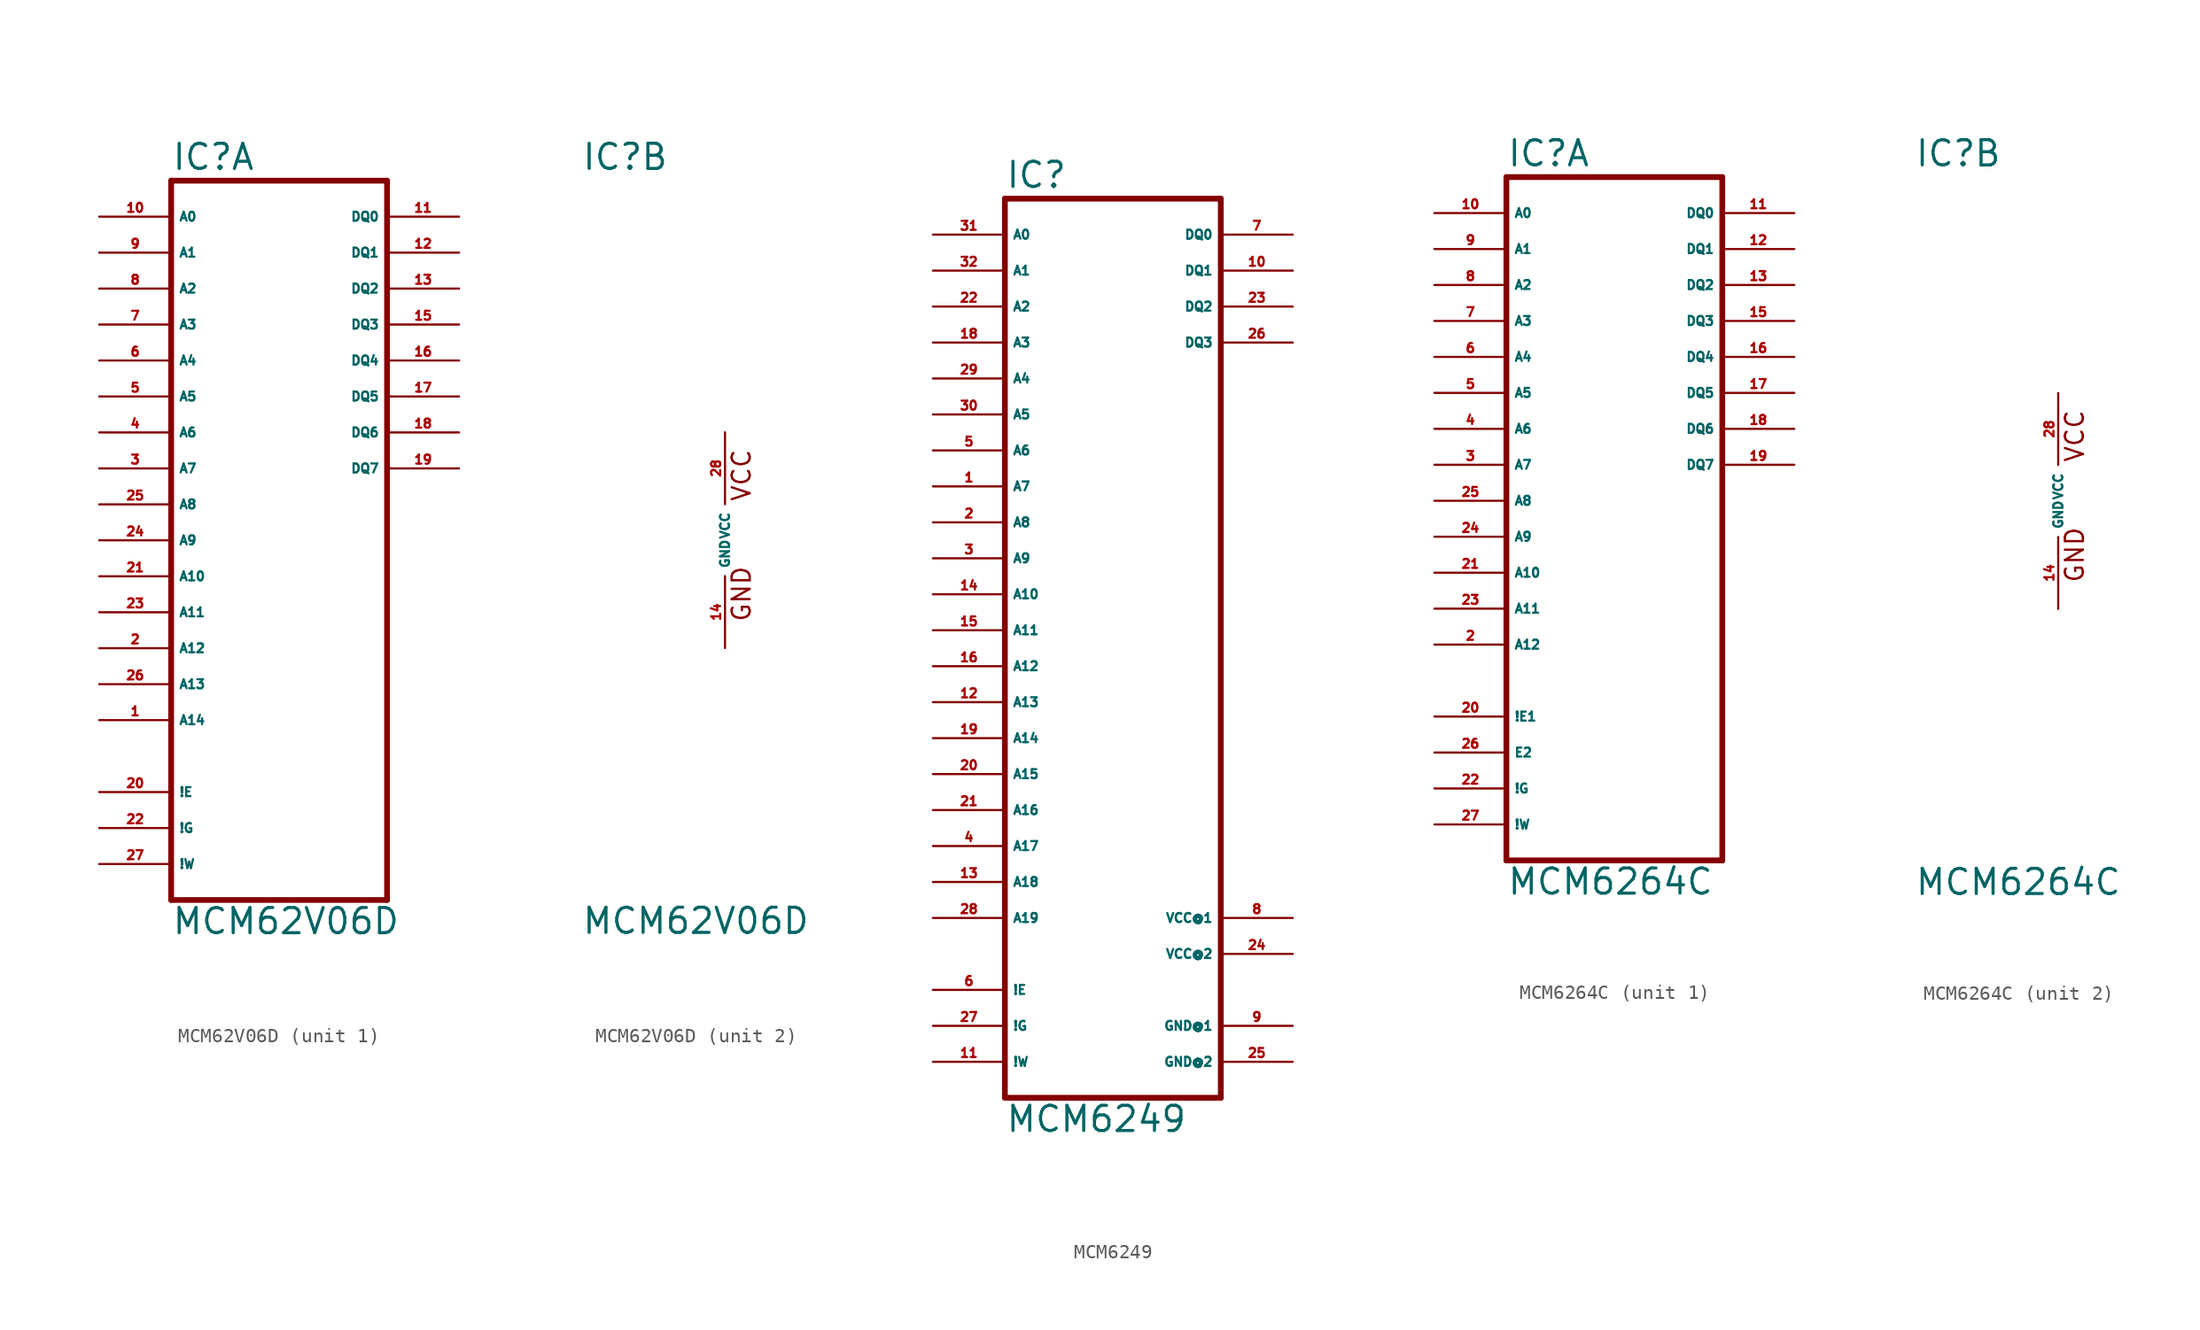
<source format=kicad_sym>
(kicad_symbol_lib
  (version 20220914)
  (generator Eagle2Kicad)
  (symbol "MCM62V06D"
    (property "Reference" "IC"
      (at -10.16 26.035 0)
      (effects (font (size 1.778 1.778) (thickness 0.22)) (justify left bottom)))
    (property "Value" "MCM62V06D"
      (at -10.16 -27.94 0)
      (effects (font (size 1.778 1.778) (thickness 0.22)) (justify left bottom)))
    (symbol "MCM62V06D_1_0"
      (polyline (pts (xy -10.16 25.4) (xy -10.16 -25.4)) (stroke (width 0.406) (type default)) (fill (type none)))
      (polyline (pts (xy 5.08 -25.4) (xy -10.16 -25.4)) (stroke (width 0.406) (type default)) (fill (type none)))
      (polyline (pts (xy 5.08 -25.4) (xy 5.08 25.4)) (stroke (width 0.406) (type default)) (fill (type none)))
      (polyline (pts (xy -10.16 25.4) (xy 5.08 25.4)) (stroke (width 0.406) (type default)) (fill (type none)))
      (pin input line (at -15.24 22.86 0) (length 5.08) (name "A0" (effects (font (size 0.635 0.635) (thickness 0.08)) (justify left bottom))) (number "10" (effects (font (size 0.635 0.635) (thickness 0.08)) (justify left bottom))))
      (pin input line (at -15.24 20.32 0) (length 5.08) (name "A1" (effects (font (size 0.635 0.635) (thickness 0.08)) (justify left bottom))) (number "9" (effects (font (size 0.635 0.635) (thickness 0.08)) (justify left bottom))))
      (pin input line (at -15.24 17.78 0) (length 5.08) (name "A2" (effects (font (size 0.635 0.635) (thickness 0.08)) (justify left bottom))) (number "8" (effects (font (size 0.635 0.635) (thickness 0.08)) (justify left bottom))))
      (pin input line (at -15.24 15.24 0) (length 5.08) (name "A3" (effects (font (size 0.635 0.635) (thickness 0.08)) (justify left bottom))) (number "7" (effects (font (size 0.635 0.635) (thickness 0.08)) (justify left bottom))))
      (pin input line (at -15.24 12.7 0) (length 5.08) (name "A4" (effects (font (size 0.635 0.635) (thickness 0.08)) (justify left bottom))) (number "6" (effects (font (size 0.635 0.635) (thickness 0.08)) (justify left bottom))))
      (pin input line (at -15.24 10.16 0) (length 5.08) (name "A5" (effects (font (size 0.635 0.635) (thickness 0.08)) (justify left bottom))) (number "5" (effects (font (size 0.635 0.635) (thickness 0.08)) (justify left bottom))))
      (pin input line (at -15.24 7.62 0) (length 5.08) (name "A6" (effects (font (size 0.635 0.635) (thickness 0.08)) (justify left bottom))) (number "4" (effects (font (size 0.635 0.635) (thickness 0.08)) (justify left bottom))))
      (pin input line (at -15.24 5.08 0) (length 5.08) (name "A7" (effects (font (size 0.635 0.635) (thickness 0.08)) (justify left bottom))) (number "3" (effects (font (size 0.635 0.635) (thickness 0.08)) (justify left bottom))))
      (pin input line (at -15.24 2.54 0) (length 5.08) (name "A8" (effects (font (size 0.635 0.635) (thickness 0.08)) (justify left bottom))) (number "25" (effects (font (size 0.635 0.635) (thickness 0.08)) (justify left bottom))))
      (pin bidirectional line (at 10.16 22.86 180) (length 5.08) (name "DQ0" (effects (font (size 0.635 0.635) (thickness 0.08)) (justify left bottom))) (number "11" (effects (font (size 0.635 0.635) (thickness 0.08)) (justify left bottom))))
      (pin bidirectional line (at 10.16 20.32 180) (length 5.08) (name "DQ1" (effects (font (size 0.635 0.635) (thickness 0.08)) (justify left bottom))) (number "12" (effects (font (size 0.635 0.635) (thickness 0.08)) (justify left bottom))))
      (pin bidirectional line (at 10.16 17.78 180) (length 5.08) (name "DQ2" (effects (font (size 0.635 0.635) (thickness 0.08)) (justify left bottom))) (number "13" (effects (font (size 0.635 0.635) (thickness 0.08)) (justify left bottom))))
      (pin bidirectional line (at 10.16 15.24 180) (length 5.08) (name "DQ3" (effects (font (size 0.635 0.635) (thickness 0.08)) (justify left bottom))) (number "15" (effects (font (size 0.635 0.635) (thickness 0.08)) (justify left bottom))))
      (pin bidirectional line (at 10.16 12.7 180) (length 5.08) (name "DQ4" (effects (font (size 0.635 0.635) (thickness 0.08)) (justify left bottom))) (number "16" (effects (font (size 0.635 0.635) (thickness 0.08)) (justify left bottom))))
      (pin bidirectional line (at 10.16 10.16 180) (length 5.08) (name "DQ5" (effects (font (size 0.635 0.635) (thickness 0.08)) (justify left bottom))) (number "17" (effects (font (size 0.635 0.635) (thickness 0.08)) (justify left bottom))))
      (pin bidirectional line (at 10.16 7.62 180) (length 5.08) (name "DQ6" (effects (font (size 0.635 0.635) (thickness 0.08)) (justify left bottom))) (number "18" (effects (font (size 0.635 0.635) (thickness 0.08)) (justify left bottom))))
      (pin bidirectional line (at 10.16 5.08 180) (length 5.08) (name "DQ7" (effects (font (size 0.635 0.635) (thickness 0.08)) (justify left bottom))) (number "19" (effects (font (size 0.635 0.635) (thickness 0.08)) (justify left bottom))))
      (pin input line (at -15.24 0 0) (length 5.08) (name "A9" (effects (font (size 0.635 0.635) (thickness 0.08)) (justify left bottom))) (number "24" (effects (font (size 0.635 0.635) (thickness 0.08)) (justify left bottom))))
      (pin input line (at -15.24 -2.54 0) (length 5.08) (name "A10" (effects (font (size 0.635 0.635) (thickness 0.08)) (justify left bottom))) (number "21" (effects (font (size 0.635 0.635) (thickness 0.08)) (justify left bottom))))
      (pin input line (at -15.24 -5.08 0) (length 5.08) (name "A11" (effects (font (size 0.635 0.635) (thickness 0.08)) (justify left bottom))) (number "23" (effects (font (size 0.635 0.635) (thickness 0.08)) (justify left bottom))))
      (pin input line (at -15.24 -7.62 0) (length 5.08) (name "A12" (effects (font (size 0.635 0.635) (thickness 0.08)) (justify left bottom))) (number "2" (effects (font (size 0.635 0.635) (thickness 0.08)) (justify left bottom))))
      (pin input line (at -15.24 -10.16 0) (length 5.08) (name "A13" (effects (font (size 0.635 0.635) (thickness 0.08)) (justify left bottom))) (number "26" (effects (font (size 0.635 0.635) (thickness 0.08)) (justify left bottom))))
      (pin input line (at -15.24 -12.7 0) (length 5.08) (name "A14" (effects (font (size 0.635 0.635) (thickness 0.08)) (justify left bottom))) (number "1" (effects (font (size 0.635 0.635) (thickness 0.08)) (justify left bottom))))
      (pin input line (at -15.24 -17.78 0) (length 5.08) (name "!E" (effects (font (size 0.635 0.635) (thickness 0.08)) (justify left bottom))) (number "20" (effects (font (size 0.635 0.635) (thickness 0.08)) (justify left bottom))))
      (pin input line (at -15.24 -20.32 0) (length 5.08) (name "!G" (effects (font (size 0.635 0.635) (thickness 0.08)) (justify left bottom))) (number "22" (effects (font (size 0.635 0.635) (thickness 0.08)) (justify left bottom))))
      (pin input line (at -15.24 -22.86 0) (length 5.08) (name "!W" (effects (font (size 0.635 0.635) (thickness 0.08)) (justify left bottom))) (number "27" (effects (font (size 0.635 0.635) (thickness 0.08)) (justify left bottom)))))
    (symbol "MCM62V06D_2_0"
      (text "GND" (at 1.905 -5.842 900) (effects (font (size 1.27 1.27) (thickness 0.16)) (justify left bottom)))
      (text "VCC" (at 1.905 2.667 900) (effects (font (size 1.27 1.27) (thickness 0.16)) (justify left bottom)))
      (pin unspecified line (at 0 -7.62 90) (length 5.08) (name "GND" (effects (font (size 0.635 0.635) (thickness 0.08)) (justify left bottom))) (number "14" (effects (font (size 0.635 0.635) (thickness 0.08)) (justify left bottom))))
      (pin unspecified line (at 0 7.62 270) (length 5.08) (name "VCC" (effects (font (size 0.635 0.635) (thickness 0.08)) (justify left bottom))) (number "28" (effects (font (size 0.635 0.635) (thickness 0.08)) (justify left bottom))))))
  (symbol "MCM6249"
    (property "Reference" "IC"
      (at -7.62 28.575 0)
      (effects (font (size 1.778 1.778) (thickness 0.22)) (justify left bottom)))
    (property "Value" "MCM6249"
      (at -7.62 -38.1 0)
      (effects (font (size 1.778 1.778) (thickness 0.22)) (justify left bottom)))
    (polyline
      (pts (xy -7.62 27.94) (xy -7.62 -35.56))
      (stroke (width 0.406) (type default))
      (fill (type none)))
    (polyline
      (pts (xy 7.62 -35.56) (xy -7.62 -35.56))
      (stroke (width 0.406) (type default))
      (fill (type none)))
    (polyline
      (pts (xy 7.62 -35.56) (xy 7.62 27.94))
      (stroke (width 0.406) (type default))
      (fill (type none)))
    (polyline
      (pts (xy -7.62 27.94) (xy 7.62 27.94))
      (stroke (width 0.406) (type default))
      (fill (type none)))
    (pin input line
      (at -12.7 25.4 0)
      (length 5.08)
      (name "A0" (effects (font (size 0.635 0.635) (thickness 0.08)) (justify left bottom)))
      (number "31" (effects (font (size 0.635 0.635) (thickness 0.08)) (justify left bottom))))
    (pin input line
      (at -12.7 22.86 0)
      (length 5.08)
      (name "A1" (effects (font (size 0.635 0.635) (thickness 0.08)) (justify left bottom)))
      (number "32" (effects (font (size 0.635 0.635) (thickness 0.08)) (justify left bottom))))
    (pin input line
      (at -12.7 20.32 0)
      (length 5.08)
      (name "A2" (effects (font (size 0.635 0.635) (thickness 0.08)) (justify left bottom)))
      (number "22" (effects (font (size 0.635 0.635) (thickness 0.08)) (justify left bottom))))
    (pin input line
      (at -12.7 17.78 0)
      (length 5.08)
      (name "A3" (effects (font (size 0.635 0.635) (thickness 0.08)) (justify left bottom)))
      (number "18" (effects (font (size 0.635 0.635) (thickness 0.08)) (justify left bottom))))
    (pin input line
      (at -12.7 15.24 0)
      (length 5.08)
      (name "A4" (effects (font (size 0.635 0.635) (thickness 0.08)) (justify left bottom)))
      (number "29" (effects (font (size 0.635 0.635) (thickness 0.08)) (justify left bottom))))
    (pin input line
      (at -12.7 12.7 0)
      (length 5.08)
      (name "A5" (effects (font (size 0.635 0.635) (thickness 0.08)) (justify left bottom)))
      (number "30" (effects (font (size 0.635 0.635) (thickness 0.08)) (justify left bottom))))
    (pin input line
      (at -12.7 10.16 0)
      (length 5.08)
      (name "A6" (effects (font (size 0.635 0.635) (thickness 0.08)) (justify left bottom)))
      (number "5" (effects (font (size 0.635 0.635) (thickness 0.08)) (justify left bottom))))
    (pin input line
      (at -12.7 7.62 0)
      (length 5.08)
      (name "A7" (effects (font (size 0.635 0.635) (thickness 0.08)) (justify left bottom)))
      (number "1" (effects (font (size 0.635 0.635) (thickness 0.08)) (justify left bottom))))
    (pin input line
      (at -12.7 5.08 0)
      (length 5.08)
      (name "A8" (effects (font (size 0.635 0.635) (thickness 0.08)) (justify left bottom)))
      (number "2" (effects (font (size 0.635 0.635) (thickness 0.08)) (justify left bottom))))
    (pin bidirectional line
      (at 12.7 25.4 180)
      (length 5.08)
      (name "DQ0" (effects (font (size 0.635 0.635) (thickness 0.08)) (justify left bottom)))
      (number "7" (effects (font (size 0.635 0.635) (thickness 0.08)) (justify left bottom))))
    (pin bidirectional line
      (at 12.7 22.86 180)
      (length 5.08)
      (name "DQ1" (effects (font (size 0.635 0.635) (thickness 0.08)) (justify left bottom)))
      (number "10" (effects (font (size 0.635 0.635) (thickness 0.08)) (justify left bottom))))
    (pin bidirectional line
      (at 12.7 20.32 180)
      (length 5.08)
      (name "DQ2" (effects (font (size 0.635 0.635) (thickness 0.08)) (justify left bottom)))
      (number "23" (effects (font (size 0.635 0.635) (thickness 0.08)) (justify left bottom))))
    (pin bidirectional line
      (at 12.7 17.78 180)
      (length 5.08)
      (name "DQ3" (effects (font (size 0.635 0.635) (thickness 0.08)) (justify left bottom)))
      (number "26" (effects (font (size 0.635 0.635) (thickness 0.08)) (justify left bottom))))
    (pin input line
      (at -12.7 -12.7 0)
      (length 5.08)
      (name "A15" (effects (font (size 0.635 0.635) (thickness 0.08)) (justify left bottom)))
      (number "20" (effects (font (size 0.635 0.635) (thickness 0.08)) (justify left bottom))))
    (pin input line
      (at -12.7 2.54 0)
      (length 5.08)
      (name "A9" (effects (font (size 0.635 0.635) (thickness 0.08)) (justify left bottom)))
      (number "3" (effects (font (size 0.635 0.635) (thickness 0.08)) (justify left bottom))))
    (pin input line
      (at -12.7 0 0)
      (length 5.08)
      (name "A10" (effects (font (size 0.635 0.635) (thickness 0.08)) (justify left bottom)))
      (number "14" (effects (font (size 0.635 0.635) (thickness 0.08)) (justify left bottom))))
    (pin input line
      (at -12.7 -2.54 0)
      (length 5.08)
      (name "A11" (effects (font (size 0.635 0.635) (thickness 0.08)) (justify left bottom)))
      (number "15" (effects (font (size 0.635 0.635) (thickness 0.08)) (justify left bottom))))
    (pin input line
      (at -12.7 -5.08 0)
      (length 5.08)
      (name "A12" (effects (font (size 0.635 0.635) (thickness 0.08)) (justify left bottom)))
      (number "16" (effects (font (size 0.635 0.635) (thickness 0.08)) (justify left bottom))))
    (pin input line
      (at -12.7 -7.62 0)
      (length 5.08)
      (name "A13" (effects (font (size 0.635 0.635) (thickness 0.08)) (justify left bottom)))
      (number "12" (effects (font (size 0.635 0.635) (thickness 0.08)) (justify left bottom))))
    (pin input line
      (at -12.7 -10.16 0)
      (length 5.08)
      (name "A14" (effects (font (size 0.635 0.635) (thickness 0.08)) (justify left bottom)))
      (number "19" (effects (font (size 0.635 0.635) (thickness 0.08)) (justify left bottom))))
    (pin input line
      (at -12.7 -27.94 0)
      (length 5.08)
      (name "!E" (effects (font (size 0.635 0.635) (thickness 0.08)) (justify left bottom)))
      (number "6" (effects (font (size 0.635 0.635) (thickness 0.08)) (justify left bottom))))
    (pin input line
      (at -12.7 -30.48 0)
      (length 5.08)
      (name "!G" (effects (font (size 0.635 0.635) (thickness 0.08)) (justify left bottom)))
      (number "27" (effects (font (size 0.635 0.635) (thickness 0.08)) (justify left bottom))))
    (pin input line
      (at -12.7 -33.02 0)
      (length 5.08)
      (name "!W" (effects (font (size 0.635 0.635) (thickness 0.08)) (justify left bottom)))
      (number "11" (effects (font (size 0.635 0.635) (thickness 0.08)) (justify left bottom))))
    (pin input line
      (at -12.7 -15.24 0)
      (length 5.08)
      (name "A16" (effects (font (size 0.635 0.635) (thickness 0.08)) (justify left bottom)))
      (number "21" (effects (font (size 0.635 0.635) (thickness 0.08)) (justify left bottom))))
    (pin input line
      (at -12.7 -17.78 0)
      (length 5.08)
      (name "A17" (effects (font (size 0.635 0.635) (thickness 0.08)) (justify left bottom)))
      (number "4" (effects (font (size 0.635 0.635) (thickness 0.08)) (justify left bottom))))
    (pin input line
      (at -12.7 -20.32 0)
      (length 5.08)
      (name "A18" (effects (font (size 0.635 0.635) (thickness 0.08)) (justify left bottom)))
      (number "13" (effects (font (size 0.635 0.635) (thickness 0.08)) (justify left bottom))))
    (pin input line
      (at -12.7 -22.86 0)
      (length 5.08)
      (name "A19" (effects (font (size 0.635 0.635) (thickness 0.08)) (justify left bottom)))
      (number "28" (effects (font (size 0.635 0.635) (thickness 0.08)) (justify left bottom))))
    (pin unspecified line
      (at 12.7 -22.86 180)
      (length 5.08)
      (name "VCC@1" (effects (font (size 0.635 0.635) (thickness 0.08)) (justify left bottom)))
      (number "8" (effects (font (size 0.635 0.635) (thickness 0.08)) (justify left bottom))))
    (pin unspecified line
      (at 12.7 -25.4 180)
      (length 5.08)
      (name "VCC@2" (effects (font (size 0.635 0.635) (thickness 0.08)) (justify left bottom)))
      (number "24" (effects (font (size 0.635 0.635) (thickness 0.08)) (justify left bottom))))
    (pin unspecified line
      (at 12.7 -30.48 180)
      (length 5.08)
      (name "GND@1" (effects (font (size 0.635 0.635) (thickness 0.08)) (justify left bottom)))
      (number "9" (effects (font (size 0.635 0.635) (thickness 0.08)) (justify left bottom))))
    (pin unspecified line
      (at 12.7 -33.02 180)
      (length 5.08)
      (name "GND@2" (effects (font (size 0.635 0.635) (thickness 0.08)) (justify left bottom)))
      (number "25" (effects (font (size 0.635 0.635) (thickness 0.08)) (justify left bottom)))))
  (symbol "MCM6264C"
    (property "Reference" "IC"
      (at -10.16 23.495 0)
      (effects (font (size 1.778 1.778) (thickness 0.22)) (justify left bottom)))
    (property "Value" "MCM6264C"
      (at -10.16 -27.94 0)
      (effects (font (size 1.778 1.778) (thickness 0.22)) (justify left bottom)))
    (symbol "MCM6264C_1_0"
      (polyline (pts (xy -10.16 22.86) (xy -10.16 -25.4)) (stroke (width 0.406) (type default)) (fill (type none)))
      (polyline (pts (xy 5.08 -25.4) (xy -10.16 -25.4)) (stroke (width 0.406) (type default)) (fill (type none)))
      (polyline (pts (xy 5.08 -25.4) (xy 5.08 22.86)) (stroke (width 0.406) (type default)) (fill (type none)))
      (polyline (pts (xy -10.16 22.86) (xy 5.08 22.86)) (stroke (width 0.406) (type default)) (fill (type none)))
      (pin input line (at -15.24 20.32 0) (length 5.08) (name "A0" (effects (font (size 0.635 0.635) (thickness 0.08)) (justify left bottom))) (number "10" (effects (font (size 0.635 0.635) (thickness 0.08)) (justify left bottom))))
      (pin input line (at -15.24 17.78 0) (length 5.08) (name "A1" (effects (font (size 0.635 0.635) (thickness 0.08)) (justify left bottom))) (number "9" (effects (font (size 0.635 0.635) (thickness 0.08)) (justify left bottom))))
      (pin input line (at -15.24 15.24 0) (length 5.08) (name "A2" (effects (font (size 0.635 0.635) (thickness 0.08)) (justify left bottom))) (number "8" (effects (font (size 0.635 0.635) (thickness 0.08)) (justify left bottom))))
      (pin input line (at -15.24 12.7 0) (length 5.08) (name "A3" (effects (font (size 0.635 0.635) (thickness 0.08)) (justify left bottom))) (number "7" (effects (font (size 0.635 0.635) (thickness 0.08)) (justify left bottom))))
      (pin input line (at -15.24 10.16 0) (length 5.08) (name "A4" (effects (font (size 0.635 0.635) (thickness 0.08)) (justify left bottom))) (number "6" (effects (font (size 0.635 0.635) (thickness 0.08)) (justify left bottom))))
      (pin input line (at -15.24 7.62 0) (length 5.08) (name "A5" (effects (font (size 0.635 0.635) (thickness 0.08)) (justify left bottom))) (number "5" (effects (font (size 0.635 0.635) (thickness 0.08)) (justify left bottom))))
      (pin input line (at -15.24 5.08 0) (length 5.08) (name "A6" (effects (font (size 0.635 0.635) (thickness 0.08)) (justify left bottom))) (number "4" (effects (font (size 0.635 0.635) (thickness 0.08)) (justify left bottom))))
      (pin input line (at -15.24 2.54 0) (length 5.08) (name "A7" (effects (font (size 0.635 0.635) (thickness 0.08)) (justify left bottom))) (number "3" (effects (font (size 0.635 0.635) (thickness 0.08)) (justify left bottom))))
      (pin input line (at -15.24 0 0) (length 5.08) (name "A8" (effects (font (size 0.635 0.635) (thickness 0.08)) (justify left bottom))) (number "25" (effects (font (size 0.635 0.635) (thickness 0.08)) (justify left bottom))))
      (pin bidirectional line (at 10.16 20.32 180) (length 5.08) (name "DQ0" (effects (font (size 0.635 0.635) (thickness 0.08)) (justify left bottom))) (number "11" (effects (font (size 0.635 0.635) (thickness 0.08)) (justify left bottom))))
      (pin bidirectional line (at 10.16 17.78 180) (length 5.08) (name "DQ1" (effects (font (size 0.635 0.635) (thickness 0.08)) (justify left bottom))) (number "12" (effects (font (size 0.635 0.635) (thickness 0.08)) (justify left bottom))))
      (pin bidirectional line (at 10.16 15.24 180) (length 5.08) (name "DQ2" (effects (font (size 0.635 0.635) (thickness 0.08)) (justify left bottom))) (number "13" (effects (font (size 0.635 0.635) (thickness 0.08)) (justify left bottom))))
      (pin bidirectional line (at 10.16 12.7 180) (length 5.08) (name "DQ3" (effects (font (size 0.635 0.635) (thickness 0.08)) (justify left bottom))) (number "15" (effects (font (size 0.635 0.635) (thickness 0.08)) (justify left bottom))))
      (pin bidirectional line (at 10.16 10.16 180) (length 5.08) (name "DQ4" (effects (font (size 0.635 0.635) (thickness 0.08)) (justify left bottom))) (number "16" (effects (font (size 0.635 0.635) (thickness 0.08)) (justify left bottom))))
      (pin bidirectional line (at 10.16 7.62 180) (length 5.08) (name "DQ5" (effects (font (size 0.635 0.635) (thickness 0.08)) (justify left bottom))) (number "17" (effects (font (size 0.635 0.635) (thickness 0.08)) (justify left bottom))))
      (pin bidirectional line (at 10.16 5.08 180) (length 5.08) (name "DQ6" (effects (font (size 0.635 0.635) (thickness 0.08)) (justify left bottom))) (number "18" (effects (font (size 0.635 0.635) (thickness 0.08)) (justify left bottom))))
      (pin bidirectional line (at 10.16 2.54 180) (length 5.08) (name "DQ7" (effects (font (size 0.635 0.635) (thickness 0.08)) (justify left bottom))) (number "19" (effects (font (size 0.635 0.635) (thickness 0.08)) (justify left bottom))))
      (pin input line (at -15.24 -2.54 0) (length 5.08) (name "A9" (effects (font (size 0.635 0.635) (thickness 0.08)) (justify left bottom))) (number "24" (effects (font (size 0.635 0.635) (thickness 0.08)) (justify left bottom))))
      (pin input line (at -15.24 -5.08 0) (length 5.08) (name "A10" (effects (font (size 0.635 0.635) (thickness 0.08)) (justify left bottom))) (number "21" (effects (font (size 0.635 0.635) (thickness 0.08)) (justify left bottom))))
      (pin input line (at -15.24 -7.62 0) (length 5.08) (name "A11" (effects (font (size 0.635 0.635) (thickness 0.08)) (justify left bottom))) (number "23" (effects (font (size 0.635 0.635) (thickness 0.08)) (justify left bottom))))
      (pin input line (at -15.24 -10.16 0) (length 5.08) (name "A12" (effects (font (size 0.635 0.635) (thickness 0.08)) (justify left bottom))) (number "2" (effects (font (size 0.635 0.635) (thickness 0.08)) (justify left bottom))))
      (pin input line (at -15.24 -15.24 0) (length 5.08) (name "!E1" (effects (font (size 0.635 0.635) (thickness 0.08)) (justify left bottom))) (number "20" (effects (font (size 0.635 0.635) (thickness 0.08)) (justify left bottom))))
      (pin input line (at -15.24 -20.32 0) (length 5.08) (name "!G" (effects (font (size 0.635 0.635) (thickness 0.08)) (justify left bottom))) (number "22" (effects (font (size 0.635 0.635) (thickness 0.08)) (justify left bottom))))
      (pin input line (at -15.24 -22.86 0) (length 5.08) (name "!W" (effects (font (size 0.635 0.635) (thickness 0.08)) (justify left bottom))) (number "27" (effects (font (size 0.635 0.635) (thickness 0.08)) (justify left bottom))))
      (pin input line (at -15.24 -17.78 0) (length 5.08) (name "E2" (effects (font (size 0.635 0.635) (thickness 0.08)) (justify left bottom))) (number "26" (effects (font (size 0.635 0.635) (thickness 0.08)) (justify left bottom)))))
    (symbol "MCM6264C_2_0"
      (text "GND" (at 1.905 -5.842 900) (effects (font (size 1.27 1.27) (thickness 0.16)) (justify left bottom)))
      (text "VCC" (at 1.905 2.667 900) (effects (font (size 1.27 1.27) (thickness 0.16)) (justify left bottom)))
      (pin unspecified line (at 0 -7.62 90) (length 5.08) (name "GND" (effects (font (size 0.635 0.635) (thickness 0.08)) (justify left bottom))) (number "14" (effects (font (size 0.635 0.635) (thickness 0.08)) (justify left bottom))))
      (pin unspecified line (at 0 7.62 270) (length 5.08) (name "VCC" (effects (font (size 0.635 0.635) (thickness 0.08)) (justify left bottom))) (number "28" (effects (font (size 0.635 0.635) (thickness 0.08)) (justify left bottom)))))))
</source>
